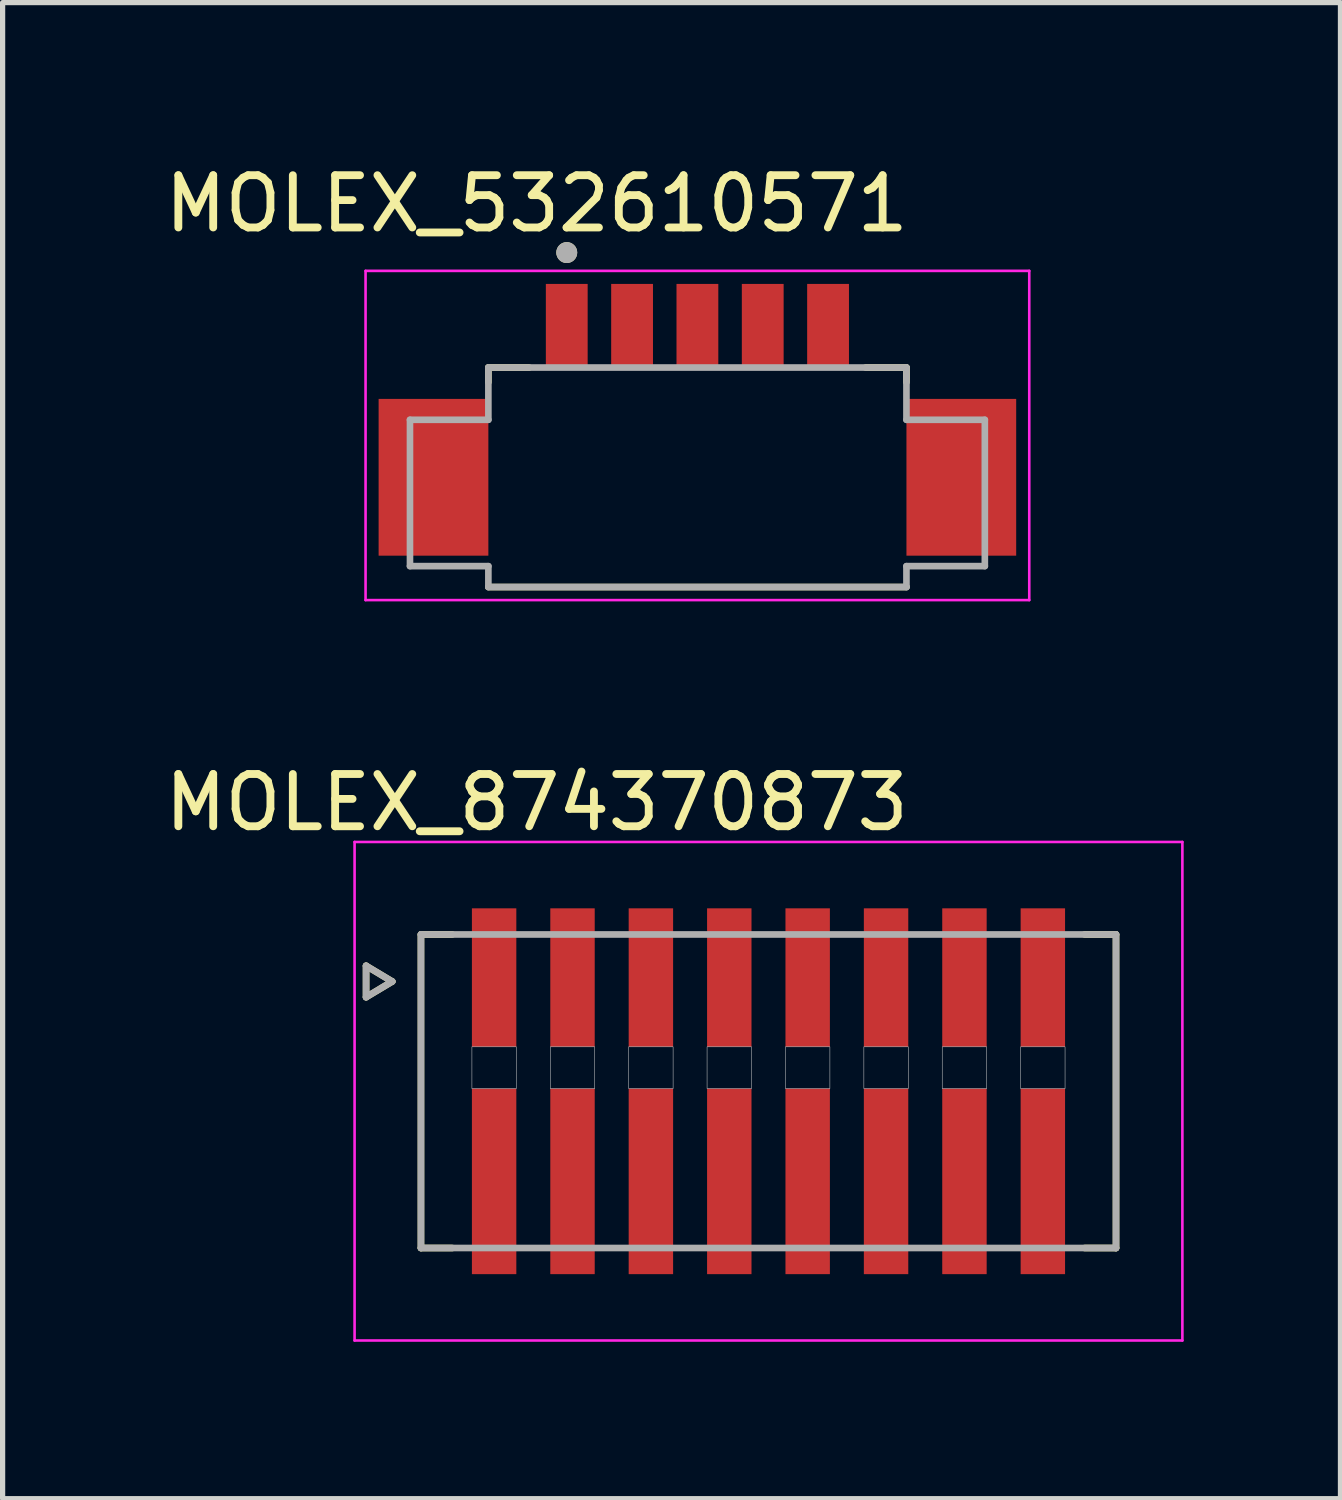
<source format=kicad_pcb>
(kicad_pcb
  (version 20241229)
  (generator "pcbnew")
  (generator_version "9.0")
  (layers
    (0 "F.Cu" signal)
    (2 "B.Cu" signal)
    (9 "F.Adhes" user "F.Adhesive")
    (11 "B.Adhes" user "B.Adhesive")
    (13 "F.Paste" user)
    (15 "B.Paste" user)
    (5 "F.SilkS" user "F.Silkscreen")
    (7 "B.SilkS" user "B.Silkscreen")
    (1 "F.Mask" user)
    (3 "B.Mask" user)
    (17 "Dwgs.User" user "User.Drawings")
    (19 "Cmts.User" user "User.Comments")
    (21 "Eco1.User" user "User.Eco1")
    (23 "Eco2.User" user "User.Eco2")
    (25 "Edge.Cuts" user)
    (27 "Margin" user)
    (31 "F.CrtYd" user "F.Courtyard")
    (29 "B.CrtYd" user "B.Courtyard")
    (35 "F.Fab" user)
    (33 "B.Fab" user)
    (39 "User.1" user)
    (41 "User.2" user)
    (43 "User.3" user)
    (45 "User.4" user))
  (footprint "MOLEX_532610571"
    (layer "F.Cu")
    (at 10.295 3.983)
    (property "Reference" "MOLEX_532610571" (at -3.075 -3.135 0) (layer "F.SilkS") (effects (font (size 1 1) (thickness 0.15))))
    (attr through_hole)
    (fp_line (start -4 0) (end -3.22 0) (stroke (width 0.127) (type solid)) (layer "F.SilkS"))
    (fp_line (start -4 0.28) (end -4 0) (stroke (width 0.127) (type solid)) (layer "F.SilkS"))
    (fp_line (start 3.22 0) (end 4 0) (stroke (width 0.127) (type solid)) (layer "F.SilkS"))
    (fp_line (start 4 0) (end 4 0.28) (stroke (width 0.127) (type solid)) (layer "F.SilkS"))
    (fp_line (start 4 4.2) (end -4 4.2) (stroke (width 0.127) (type solid)) (layer "F.SilkS"))
    (fp_circle (center -2.5 -2.2) (end -2.4 -2.2) (stroke (width 0.2) (type solid)) (fill no) (layer "F.SilkS"))
    (fp_line (start -6.35 -1.85) (end -6.35 4.45) (stroke (width 0.05) (type solid)) (layer "F.CrtYd"))
    (fp_line (start -6.35 4.45) (end 6.35 4.45) (stroke (width 0.05) (type solid)) (layer "F.CrtYd"))
    (fp_line (start 6.35 -1.85) (end -6.35 -1.85) (stroke (width 0.05) (type solid)) (layer "F.CrtYd"))
    (fp_line (start 6.35 4.45) (end 6.35 -1.85) (stroke (width 0.05) (type solid)) (layer "F.CrtYd"))
    (fp_line (start -5.5 1) (end -4 1) (stroke (width 0.127) (type solid)) (layer "F.Fab"))
    (fp_line (start -5.5 3.8) (end -5.5 1) (stroke (width 0.127) (type solid)) (layer "F.Fab"))
    (fp_line (start -4 0) (end 4 0) (stroke (width 0.127) (type solid)) (layer "F.Fab"))
    (fp_line (start -4 1) (end -4 0) (stroke (width 0.127) (type solid)) (layer "F.Fab"))
    (fp_line (start -4 3.8) (end -5.5 3.8) (stroke (width 0.127) (type solid)) (layer "F.Fab"))
    (fp_line (start -4 4.2) (end -4 3.8) (stroke (width 0.127) (type solid)) (layer "F.Fab"))
    (fp_line (start 4 0) (end 4 1) (stroke (width 0.127) (type solid)) (layer "F.Fab"))
    (fp_line (start 4 1) (end 5.5 1) (stroke (width 0.127) (type solid)) (layer "F.Fab"))
    (fp_line (start 4 3.8) (end 4 4.2) (stroke (width 0.127) (type solid)) (layer "F.Fab"))
    (fp_line (start 4 4.2) (end -4 4.2) (stroke (width 0.127) (type solid)) (layer "F.Fab"))
    (fp_line (start 5.5 1) (end 5.5 3.8) (stroke (width 0.127) (type solid)) (layer "F.Fab"))
    (fp_line (start 5.5 3.8) (end 4 3.8) (stroke (width 0.127) (type solid)) (layer "F.Fab"))
    (fp_circle (center -2.5 -2.2) (end -2.4 -2.2) (stroke (width 0.2) (type solid)) (fill no) (layer "F.Fab"))
    (pad "1" smd rect (at -2.5 -0.8) (size 0.8 1.6) (layers "F.Cu" "F.Mask" "F.Paste"))
    (pad "2" smd rect (at -1.25 -0.8) (size 0.8 1.6) (layers "F.Cu" "F.Mask" "F.Paste"))
    (pad "3" smd rect (at 0 -0.8) (size 0.8 1.6) (layers "F.Cu" "F.Mask" "F.Paste"))
    (pad "4" smd rect (at 1.25 -0.8) (size 0.8 1.6) (layers "F.Cu" "F.Mask" "F.Paste"))
    (pad "5" smd rect (at 2.5 -0.8) (size 0.8 1.6) (layers "F.Cu" "F.Mask" "F.Paste"))
    (pad "S1" smd rect (at -5.05 2.1) (size 2.1 3) (layers "F.Cu" "F.Mask" "F.Paste"))
    (pad "S2" smd rect (at 5.05 2.1) (size 2.1 3) (layers "F.Cu" "F.Mask" "F.Paste")))
  (footprint "MOLEX_874370873"
    (layer "F.Cu")
    (at 11.655 17.831)
    (property "Reference" "MOLEX_874370873" (at -4.435 -5.525 0) (layer "F.SilkS") (effects (font (size 1 1) (thickness 0.15))))
    (attr through_hole)
    (fp_poly (pts (xy -5.751 -3.576) (xy -4.749 -3.576) (xy -4.749 -0.774) (xy -5.751 -0.774)) (stroke (width 0.01) (type solid)) (fill yes) (layer "F.Mask"))
    (fp_poly (pts (xy -5.751 -0.126) (xy -4.749 -0.126) (xy -4.749 3.576) (xy -5.751 3.576)) (stroke (width 0.01) (type solid)) (fill yes) (layer "F.Mask"))
    (fp_poly (pts (xy -4.251 -3.576) (xy -3.249 -3.576) (xy -3.249 -0.774) (xy -4.251 -0.774)) (stroke (width 0.01) (type solid)) (fill yes) (layer "F.Mask"))
    (fp_poly (pts (xy -4.251 -0.126) (xy -3.249 -0.126) (xy -3.249 3.576) (xy -4.251 3.576)) (stroke (width 0.01) (type solid)) (fill yes) (layer "F.Mask"))
    (fp_poly (pts (xy -2.751 -3.576) (xy -1.749 -3.576) (xy -1.749 -0.774) (xy -2.751 -0.774)) (stroke (width 0.01) (type solid)) (fill yes) (layer "F.Mask"))
    (fp_poly (pts (xy -2.751 -0.126) (xy -1.749 -0.126) (xy -1.749 3.576) (xy -2.751 3.576)) (stroke (width 0.01) (type solid)) (fill yes) (layer "F.Mask"))
    (fp_poly (pts (xy -1.251 -3.576) (xy -0.249 -3.576) (xy -0.249 -0.774) (xy -1.251 -0.774)) (stroke (width 0.01) (type solid)) (fill yes) (layer "F.Mask"))
    (fp_poly (pts (xy -1.251 -0.126) (xy -0.249 -0.126) (xy -0.249 3.576) (xy -1.251 3.576)) (stroke (width 0.01) (type solid)) (fill yes) (layer "F.Mask"))
    (fp_poly (pts (xy 0.249 -3.576) (xy 1.251 -3.576) (xy 1.251 -0.774) (xy 0.249 -0.774)) (stroke (width 0.01) (type solid)) (fill yes) (layer "F.Mask"))
    (fp_poly (pts (xy 0.249 -0.126) (xy 1.251 -0.126) (xy 1.251 3.576) (xy 0.249 3.576)) (stroke (width 0.01) (type solid)) (fill yes) (layer "F.Mask"))
    (fp_poly (pts (xy 1.749 -3.576) (xy 2.751 -3.576) (xy 2.751 -0.774) (xy 1.749 -0.774)) (stroke (width 0.01) (type solid)) (fill yes) (layer "F.Mask"))
    (fp_poly (pts (xy 1.749 -0.126) (xy 2.751 -0.126) (xy 2.751 3.576) (xy 1.749 3.576)) (stroke (width 0.01) (type solid)) (fill yes) (layer "F.Mask"))
    (fp_poly (pts (xy 3.249 -3.576) (xy 4.251 -3.576) (xy 4.251 -0.774) (xy 3.249 -0.774)) (stroke (width 0.01) (type solid)) (fill yes) (layer "F.Mask"))
    (fp_poly (pts (xy 3.249 -0.126) (xy 4.251 -0.126) (xy 4.251 3.576) (xy 3.249 3.576)) (stroke (width 0.01) (type solid)) (fill yes) (layer "F.Mask"))
    (fp_poly (pts (xy 4.749 -3.576) (xy 5.751 -3.576) (xy 5.751 -0.774) (xy 4.749 -0.774)) (stroke (width 0.01) (type solid)) (fill yes) (layer "F.Mask"))
    (fp_poly (pts (xy 4.749 -0.126) (xy 5.751 -0.126) (xy 5.751 3.576) (xy 4.749 3.576)) (stroke (width 0.01) (type solid)) (fill yes) (layer "F.Mask"))
    (fp_line (start -7.7 -2.4) (end -7.7 -1.8) (stroke (width 0.127) (type solid)) (layer "F.SilkS"))
    (fp_line (start -7.7 -1.8) (end -7.2 -2.1) (stroke (width 0.127) (type solid)) (layer "F.SilkS"))
    (fp_line (start -7.2 -2.1) (end -7.7 -2.4) (stroke (width 0.127) (type solid)) (layer "F.SilkS"))
    (fp_line (start -6.65 3) (end -6.65 -3) (stroke (width 0.127) (type solid)) (layer "F.SilkS"))
    (fp_line (start -6.65 3) (end -6.05 3) (stroke (width 0.127) (type solid)) (layer "F.SilkS"))
    (fp_line (start -6.05 -3) (end -6.65 -3) (stroke (width 0.127) (type solid)) (layer "F.SilkS"))
    (fp_line (start 6.65 -3) (end 6.05 -3) (stroke (width 0.127) (type solid)) (layer "F.SilkS"))
    (fp_line (start 6.65 3) (end 6.05 3) (stroke (width 0.127) (type solid)) (layer "F.SilkS"))
    (fp_line (start 6.65 3) (end 6.65 -3) (stroke (width 0.127) (type solid)) (layer "F.SilkS"))
    (fp_poly (pts (xy -5.675 -0.85) (xy -4.825 -0.85) (xy -4.825 -0.05) (xy -5.675 -0.05)) (stroke (width 0.01) (type solid)) (fill no) (layer "Dwgs.User"))
    (fp_poly (pts (xy -4.175 -0.85) (xy -3.325 -0.85) (xy -3.325 -0.05) (xy -4.175 -0.05)) (stroke (width 0.01) (type solid)) (fill no) (layer "Dwgs.User"))
    (fp_poly (pts (xy -2.675 -0.85) (xy -1.825 -0.85) (xy -1.825 -0.05) (xy -2.675 -0.05)) (stroke (width 0.01) (type solid)) (fill no) (layer "Dwgs.User"))
    (fp_poly (pts (xy -1.175 -0.85) (xy -0.325 -0.85) (xy -0.325 -0.05) (xy -1.175 -0.05)) (stroke (width 0.01) (type solid)) (fill no) (layer "Dwgs.User"))
    (fp_poly (pts (xy 0.325 -0.85) (xy 1.175 -0.85) (xy 1.175 -0.05) (xy 0.325 -0.05)) (stroke (width 0.01) (type solid)) (fill no) (layer "Dwgs.User"))
    (fp_poly (pts (xy 1.825 -0.85) (xy 2.675 -0.85) (xy 2.675 -0.05) (xy 1.825 -0.05)) (stroke (width 0.01) (type solid)) (fill no) (layer "Dwgs.User"))
    (fp_poly (pts (xy 3.325 -0.85) (xy 4.175 -0.85) (xy 4.175 -0.05) (xy 3.325 -0.05)) (stroke (width 0.01) (type solid)) (fill no) (layer "Dwgs.User"))
    (fp_poly (pts (xy 4.825 -0.85) (xy 5.675 -0.85) (xy 5.675 -0.05) (xy 4.825 -0.05)) (stroke (width 0.01) (type solid)) (fill no) (layer "Dwgs.User"))
    (fp_line (start -7.92 -4.77) (end 7.92 -4.77) (stroke (width 0.05) (type solid)) (layer "F.CrtYd"))
    (fp_line (start -7.92 4.77) (end -7.92 -4.77) (stroke (width 0.05) (type solid)) (layer "F.CrtYd"))
    (fp_line (start 7.92 -4.77) (end 7.92 4.77) (stroke (width 0.05) (type solid)) (layer "F.CrtYd"))
    (fp_line (start 7.92 4.77) (end -7.92 4.77) (stroke (width 0.05) (type solid)) (layer "F.CrtYd"))
    (fp_line (start -7.7 -2.4) (end -7.2 -2.1) (stroke (width 0.127) (type solid)) (layer "F.Fab"))
    (fp_line (start -7.7 -1.8) (end -7.7 -2.4) (stroke (width 0.127) (type solid)) (layer "F.Fab"))
    (fp_line (start -7.2 -2.1) (end -7.7 -1.8) (stroke (width 0.127) (type solid)) (layer "F.Fab"))
    (fp_line (start -6.65 -3) (end 6.65 -3) (stroke (width 0.127) (type solid)) (layer "F.Fab"))
    (fp_line (start -6.65 3) (end -6.65 -3) (stroke (width 0.127) (type solid)) (layer "F.Fab"))
    (fp_line (start 6.65 -3) (end 6.65 3) (stroke (width 0.127) (type solid)) (layer "F.Fab"))
    (fp_line (start 6.65 3) (end -6.65 3) (stroke (width 0.127) (type solid)) (layer "F.Fab"))
    (pad "1_1" smd rect (at -5.25 -2.175) (size 0.85 2.65) (layers "F.Cu" "F.Paste"))
    (pad "1_2" smd rect (at -5.25 1.725) (size 0.85 3.55) (layers "F.Cu" "F.Paste"))
    (pad "2_1" smd rect (at -3.75 -2.175) (size 0.85 2.65) (layers "F.Cu" "F.Paste"))
    (pad "2_2" smd rect (at -3.75 1.725) (size 0.85 3.55) (layers "F.Cu" "F.Paste"))
    (pad "3_1" smd rect (at -2.25 -2.175) (size 0.85 2.65) (layers "F.Cu" "F.Paste"))
    (pad "3_2" smd rect (at -2.25 1.725) (size 0.85 3.55) (layers "F.Cu" "F.Paste"))
    (pad "4_1" smd rect (at -0.75 -2.175) (size 0.85 2.65) (layers "F.Cu" "F.Paste"))
    (pad "4_2" smd rect (at -0.75 1.725) (size 0.85 3.55) (layers "F.Cu" "F.Paste"))
    (pad "5_1" smd rect (at 0.75 -2.175) (size 0.85 2.65) (layers "F.Cu" "F.Paste"))
    (pad "5_2" smd rect (at 0.75 1.725) (size 0.85 3.55) (layers "F.Cu" "F.Paste"))
    (pad "6_1" smd rect (at 2.25 -2.175) (size 0.85 2.65) (layers "F.Cu" "F.Paste"))
    (pad "6_2" smd rect (at 2.25 1.725) (size 0.85 3.55) (layers "F.Cu" "F.Paste"))
    (pad "7_1" smd rect (at 3.75 -2.175) (size 0.85 2.65) (layers "F.Cu" "F.Paste"))
    (pad "7_2" smd rect (at 3.75 1.725) (size 0.85 3.55) (layers "F.Cu" "F.Paste"))
    (pad "8_1" smd rect (at 5.25 -2.175) (size 0.85 2.65) (layers "F.Cu" "F.Paste"))
    (pad "8_2" smd rect (at 5.25 1.725) (size 0.85 3.55) (layers "F.Cu" "F.Paste")))
  (gr_rect
    (start -3 -3)
    (end 22.6 25.627)
    (stroke (width 0.1) (type default))
    (fill no)
    (layer "Edge.Cuts")))
</source>
